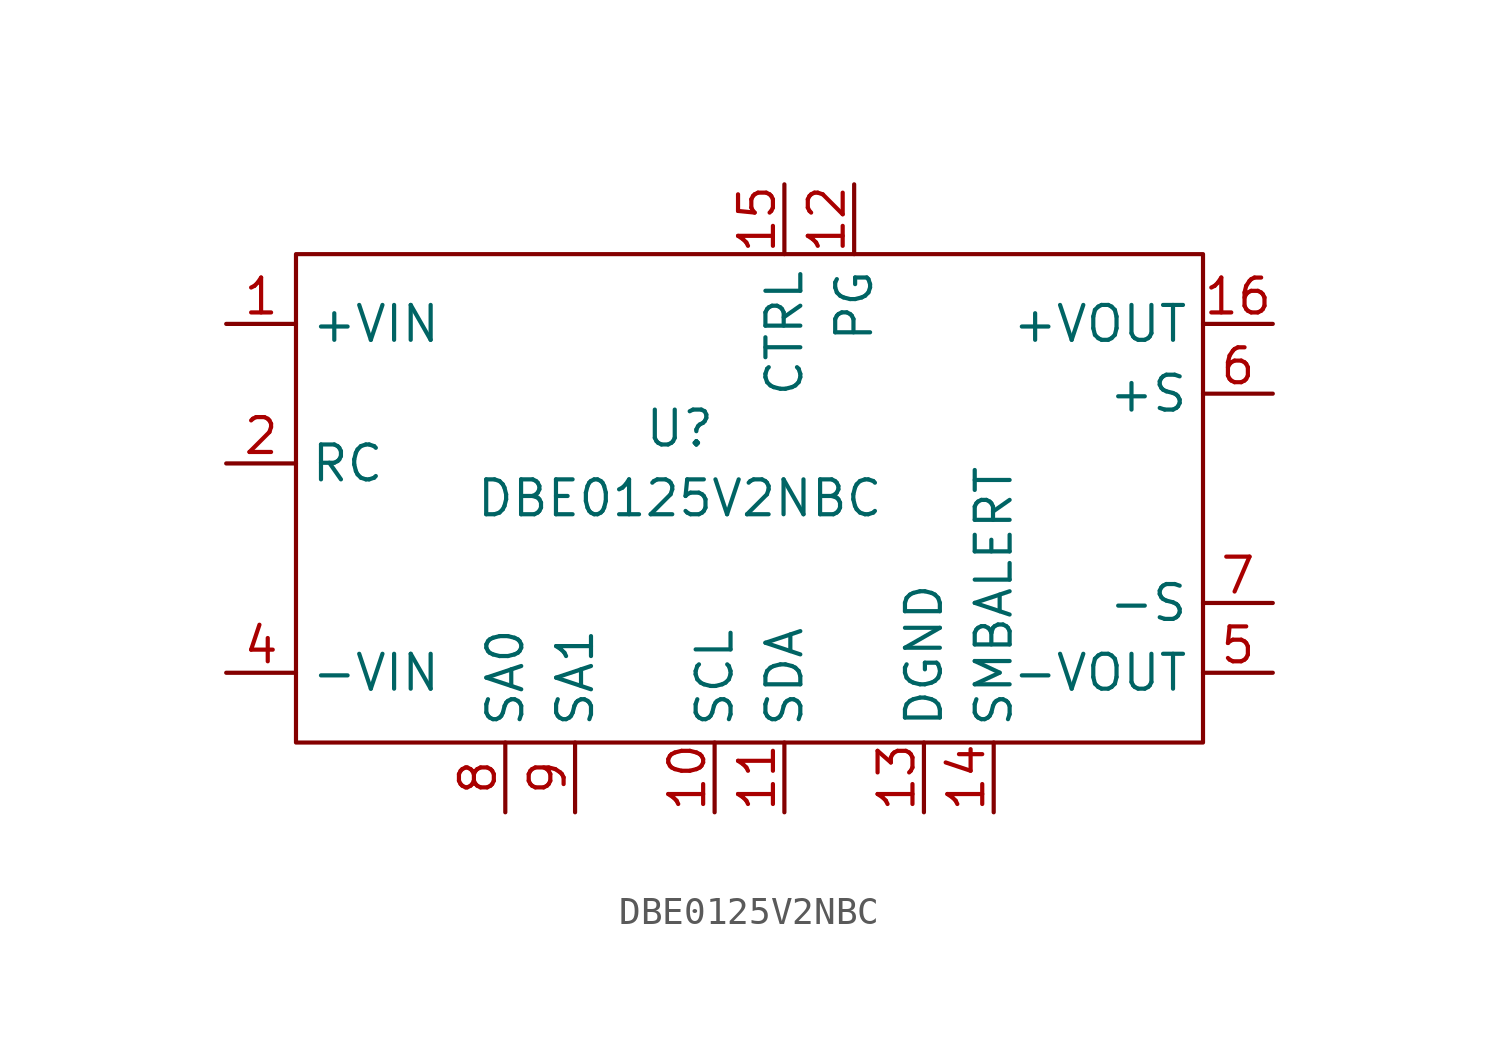
<source format=kicad_sym>
(kicad_symbol_lib
  (version 20211014)
  (generator kicad_symbol_editor)
  (symbol "DBE0125V2NBC"
    (property "Reference" "U"
      (at -1.27 -1.27 0)
      (effects (font (size 1.27 1.27))))
    (property "Value" "DBE0125V2NBC"
      (at -1.27 -3.81 0)
      (effects (font (size 1.27 1.27))))
    (symbol "DBE0125V2NBC_0_1"
      (rectangle (start -15.24 5.08) (end 17.78 -12.7) (stroke (width 0.152) (type default) (color 0 0 0 0)) (fill (type none))))
    (symbol "DBE0125V2NBC_1_1"
      (pin power_in line (at -17.78 2.54 0) (length 2.54) (name "+VIN" (effects (font (size 1.27 1.27)))) (number "1" (effects (font (size 1.27 1.27)))))
      (pin bidirectional line (at 0 -15.24 90) (length 2.54) (name "SCL" (effects (font (size 1.27 1.27)))) (number "10" (effects (font (size 1.27 1.27)))))
      (pin bidirectional line (at 2.54 -15.24 90) (length 2.54) (name "SDA" (effects (font (size 1.27 1.27)))) (number "11" (effects (font (size 1.27 1.27)))))
      (pin output line (at 5.08 7.62 270) (length 2.54) (name "PG" (effects (font (size 1.27 1.27)))) (number "12" (effects (font (size 1.27 1.27)))))
      (pin input line (at 7.62 -15.24 90) (length 2.54) (name "DGND" (effects (font (size 1.27 1.27)))) (number "13" (effects (font (size 1.27 1.27)))))
      (pin output line (at 10.16 -15.24 90) (length 2.54) (name "SMBALERT" (effects (font (size 1.27 1.27)))) (number "14" (effects (font (size 1.27 1.27)))))
      (pin input line (at 2.54 7.62 270) (length 2.54) (name "CTRL" (effects (font (size 1.27 1.27)))) (number "15" (effects (font (size 1.27 1.27)))))
      (pin power_out line (at 20.32 2.54 180) (length 2.54) (name "+VOUT" (effects (font (size 1.27 1.27)))) (number "16" (effects (font (size 1.27 1.27)))))
      (pin input line (at -17.78 -2.54 0) (length 2.54) (name "RC" (effects (font (size 1.27 1.27)))) (number "2" (effects (font (size 1.27 1.27)))))
      (pin power_in line (at -17.78 -10.16 0) (length 2.54) (name "-VIN" (effects (font (size 1.27 1.27)))) (number "4" (effects (font (size 1.27 1.27)))))
      (pin power_out line (at 20.32 -10.16 180) (length 2.54) (name "-VOUT" (effects (font (size 1.27 1.27)))) (number "5" (effects (font (size 1.27 1.27)))))
      (pin input line (at 20.32 0 180) (length 2.54) (name "+S" (effects (font (size 1.27 1.27)))) (number "6" (effects (font (size 1.27 1.27)))))
      (pin input line (at 20.32 -7.62 180) (length 2.54) (name "-S" (effects (font (size 1.27 1.27)))) (number "7" (effects (font (size 1.27 1.27)))))
      (pin passive line (at -7.62 -15.24 90) (length 2.54) (name "SA0" (effects (font (size 1.27 1.27)))) (number "8" (effects (font (size 1.27 1.27)))))
      (pin passive line (at -5.08 -15.24 90) (length 2.54) (name "SA1" (effects (font (size 1.27 1.27)))) (number "9" (effects (font (size 1.27 1.27))))))))
</source>
